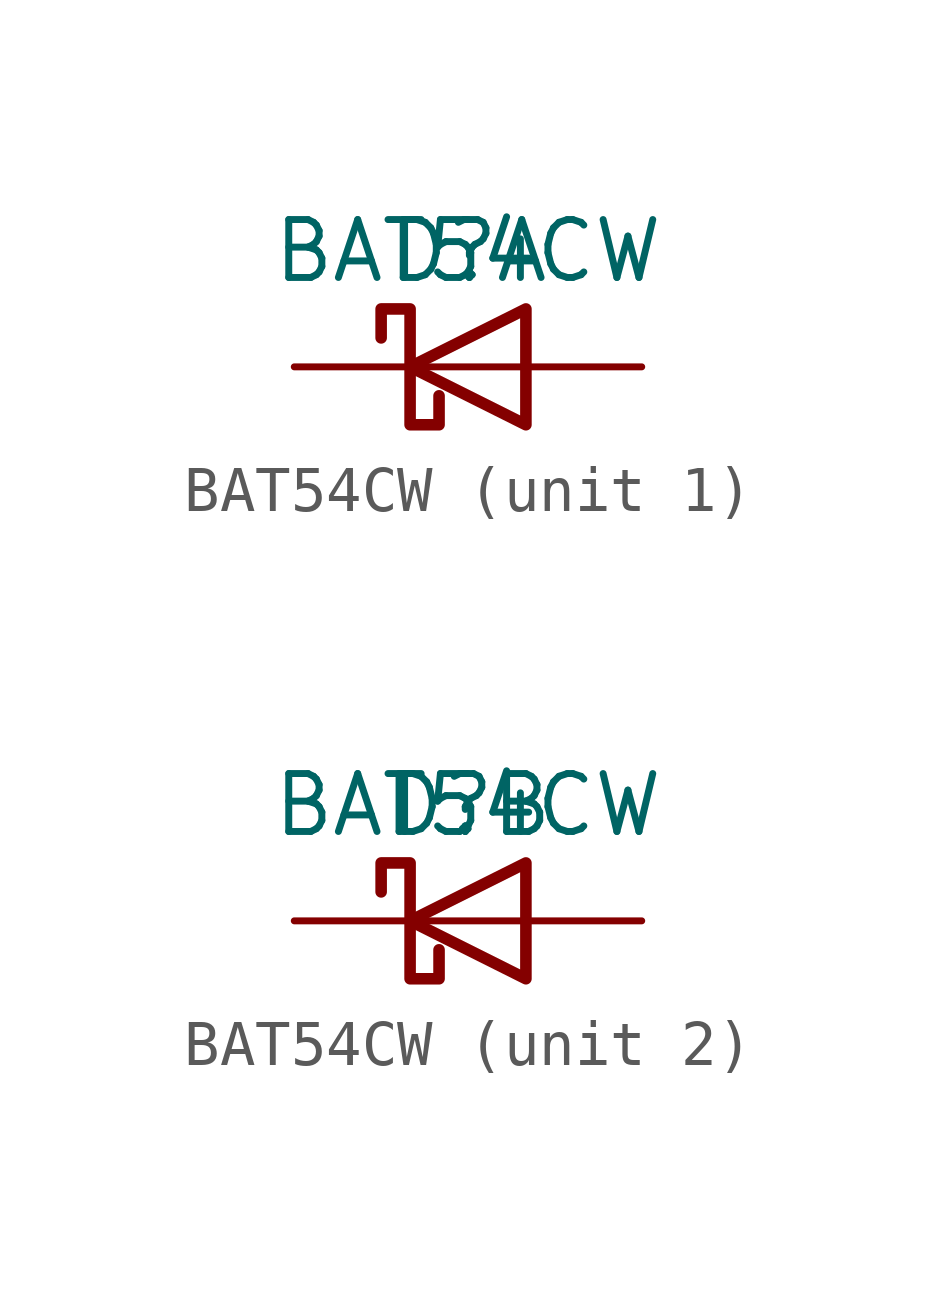
<source format=kicad_sym>
(kicad_symbol_lib
  (version 20211014)
  (generator kicad_symbol_editor)
  (symbol "BAT54CW"
    (pin_numbers hide)
    (pin_names
      (offset 0) hide)
    (property "Reference" "D"
      (at 0 2.54 0)
      (effects (font (size 1.27 1.27))))
    (property "Value" "BAT54CW"
      (at 0 2.54 0)
      (effects (font (size 1.27 1.27))))
    (symbol "BAT54CW_0_1"
      (polyline (pts (xy 1.27 0) (xy -1.27 0)) (stroke (width 0) (type default) (color 0 0 0 0)) (fill (type none)))
      (polyline (pts (xy 1.27 1.27) (xy 1.27 -1.27) (xy -1.27 0) (xy 1.27 1.27)) (stroke (width 0.254) (type default) (color 0 0 0 0)) (fill (type none)))
      (polyline (pts (xy -1.905 0.635) (xy -1.905 1.27) (xy -1.27 1.27) (xy -1.27 -1.27) (xy -0.635 -1.27) (xy -0.635 -0.635)) (stroke (width 0.254) (type default) (color 0 0 0 0)) (fill (type none))))
    (symbol "BAT54CW_1_1"
      (pin passive line (at 3.81 0 180) (length 2.54) (name "" (effects (font (size 1.27 1.27)))) (number "1" (effects (font (size 1.27 1.27)))))
      (pin passive line (at -3.81 0 0) (length 2.54) (name "" (effects (font (size 1.27 1.27)))) (number "3" (effects (font (size 1.27 1.27))))))
    (symbol "BAT54CW_2_1"
      (pin passive line (at 3.81 0 180) (length 2.54) (name "" (effects (font (size 1.27 1.27)))) (number "2" (effects (font (size 1.27 1.27)))))
      (pin passive line (at -3.81 0 0) (length 2.54) (name "" (effects (font (size 1.27 1.27)))) (number "3" (effects (font (size 1.27 1.27))))))))
</source>
